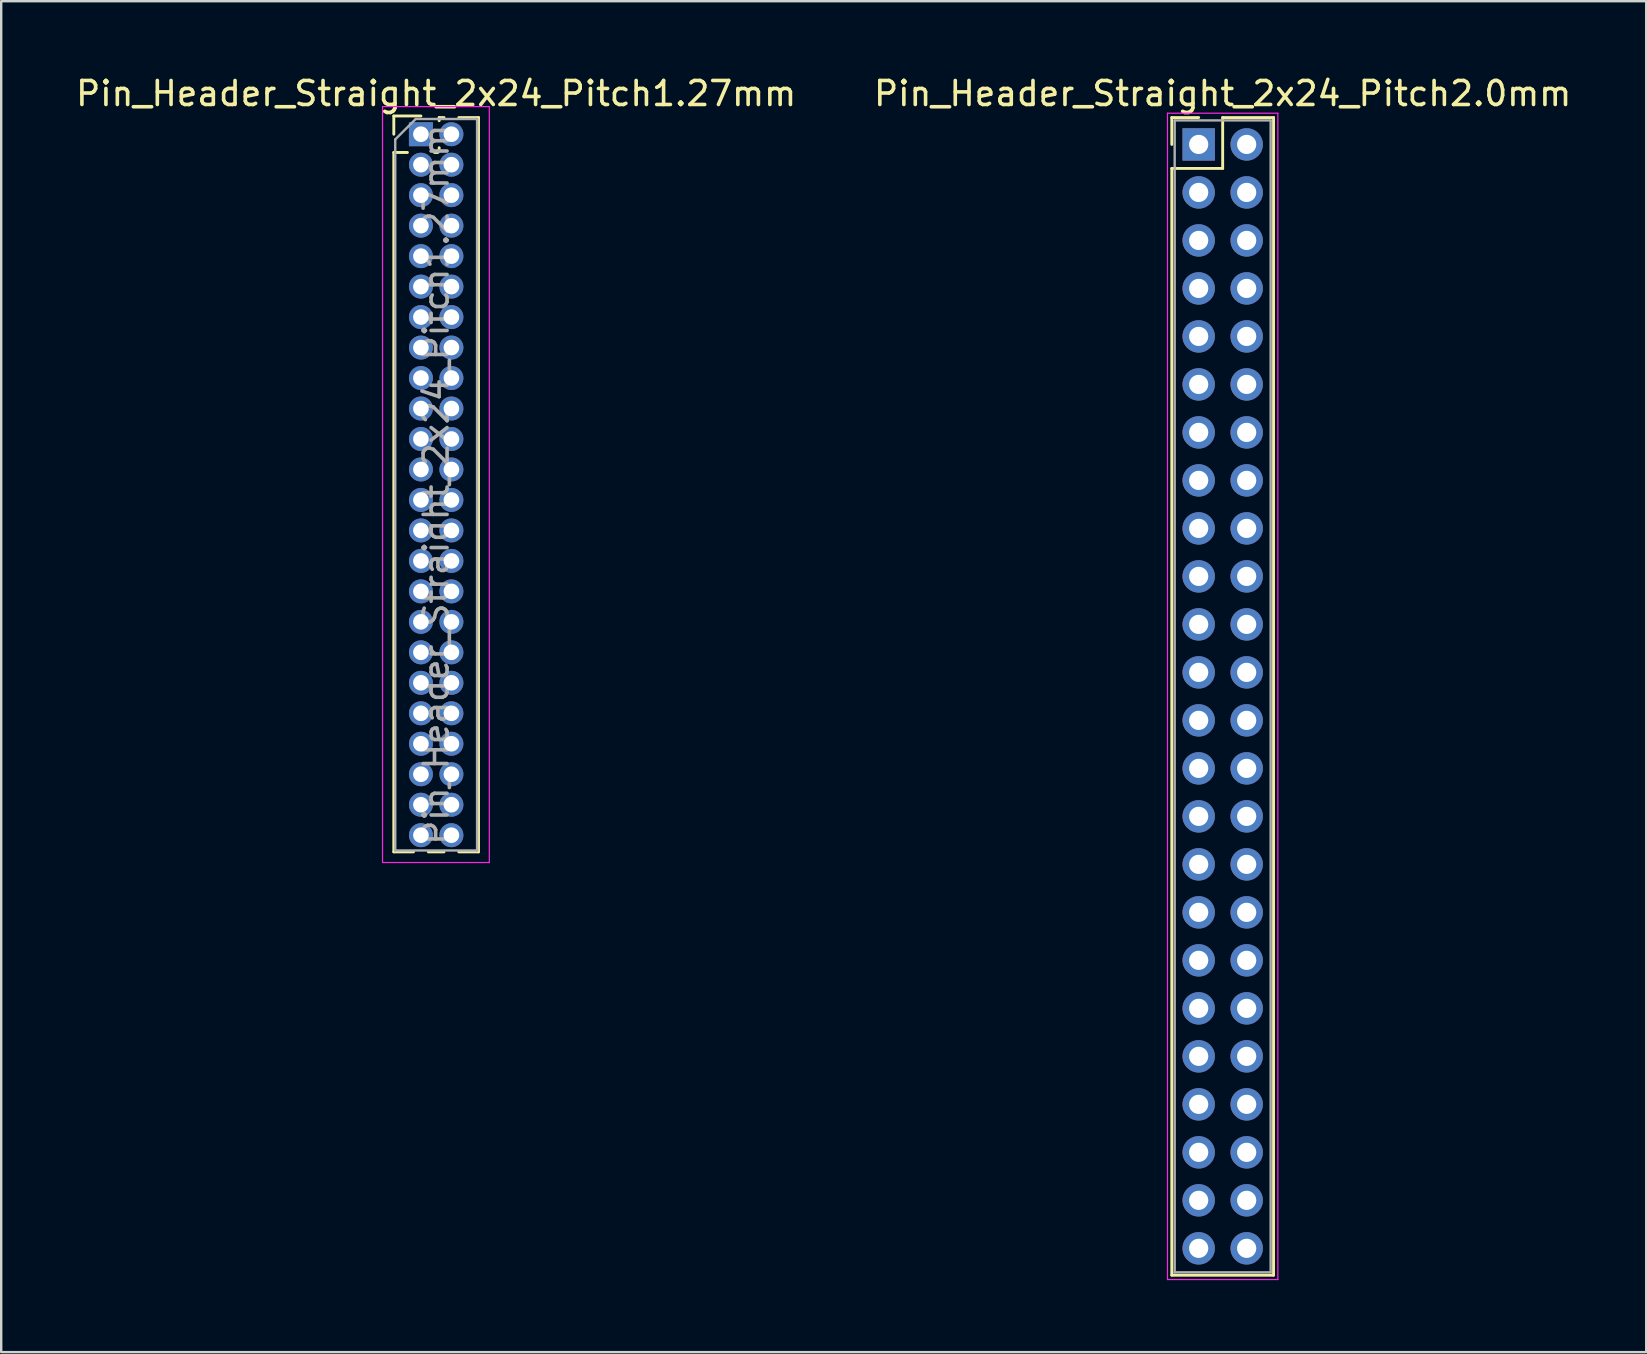
<source format=kicad_pcb>
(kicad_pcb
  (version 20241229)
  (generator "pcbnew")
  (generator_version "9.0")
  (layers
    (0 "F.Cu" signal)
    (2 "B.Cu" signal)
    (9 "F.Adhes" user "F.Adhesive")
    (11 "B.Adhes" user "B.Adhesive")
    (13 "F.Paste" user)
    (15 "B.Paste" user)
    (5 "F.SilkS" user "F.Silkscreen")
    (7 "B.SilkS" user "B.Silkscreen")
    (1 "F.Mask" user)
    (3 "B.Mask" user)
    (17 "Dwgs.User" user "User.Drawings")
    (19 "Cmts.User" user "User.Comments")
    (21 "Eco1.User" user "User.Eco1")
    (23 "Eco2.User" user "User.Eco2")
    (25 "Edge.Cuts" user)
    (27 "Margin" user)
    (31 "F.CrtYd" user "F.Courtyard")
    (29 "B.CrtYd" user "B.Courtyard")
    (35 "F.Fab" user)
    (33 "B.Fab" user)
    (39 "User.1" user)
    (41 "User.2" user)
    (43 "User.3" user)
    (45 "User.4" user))
  (footprint "Pin_Header_Straight_2x24_Pitch2.0mm"
    (layer "F.Cu")
    (at 46.899 2.968)
    (property "Reference" "Pin_Header_Straight_2x24_Pitch2.0mm" (at 1 -2.12 0) (layer "F.SilkS") (effects (font (size 1 1) (thickness 0.15))))
    (attr through_hole)
    (fp_line (start -1.12 -1.12) (end 0 -1.12) (stroke (width 0.12) (type solid)) (layer "F.SilkS"))
    (fp_line (start -1.12 0) (end -1.12 -1.12) (stroke (width 0.12) (type solid)) (layer "F.SilkS"))
    (fp_line (start -1.12 1) (end -1.12 47.12) (stroke (width 0.12) (type solid)) (layer "F.SilkS"))
    (fp_line (start -1.12 47.12) (end 3.12 47.12) (stroke (width 0.12) (type solid)) (layer "F.SilkS"))
    (fp_line (start 1 -1.12) (end 1 1) (stroke (width 0.12) (type solid)) (layer "F.SilkS"))
    (fp_line (start 1 1) (end -1.12 1) (stroke (width 0.12) (type solid)) (layer "F.SilkS"))
    (fp_line (start 3.12 -1.12) (end 1 -1.12) (stroke (width 0.12) (type solid)) (layer "F.SilkS"))
    (fp_line (start 3.12 47.12) (end 3.12 -1.12) (stroke (width 0.12) (type solid)) (layer "F.SilkS"))
    (fp_line (start -1.3 -1.3) (end -1.3 47.3) (stroke (width 0.05) (type solid)) (layer "F.CrtYd"))
    (fp_line (start -1.3 47.3) (end 3.3 47.3) (stroke (width 0.05) (type solid)) (layer "F.CrtYd"))
    (fp_line (start 3.3 -1.3) (end -1.3 -1.3) (stroke (width 0.05) (type solid)) (layer "F.CrtYd"))
    (fp_line (start 3.3 47.3) (end 3.3 -1.3) (stroke (width 0.05) (type solid)) (layer "F.CrtYd"))
    (fp_line (start -1 -1) (end -1 47) (stroke (width 0.1) (type solid)) (layer "F.Fab"))
    (fp_line (start -1 47) (end 3 47) (stroke (width 0.1) (type solid)) (layer "F.Fab"))
    (fp_line (start 3 -1) (end -1 -1) (stroke (width 0.1) (type solid)) (layer "F.Fab"))
    (fp_line (start 3 47) (end 3 -1) (stroke (width 0.1) (type solid)) (layer "F.Fab"))
    (pad "1" thru_hole rect (at 0 0) (size 1.35 1.35) (drill 0.8) (layers "*.Cu" "*.Mask"))
    (pad "2" thru_hole oval (at 2 0) (size 1.35 1.35) (drill 0.8) (layers "*.Cu" "*.Mask"))
    (pad "3" thru_hole oval (at 0 2) (size 1.35 1.35) (drill 0.8) (layers "*.Cu" "*.Mask"))
    (pad "4" thru_hole oval (at 2 2) (size 1.35 1.35) (drill 0.8) (layers "*.Cu" "*.Mask"))
    (pad "5" thru_hole oval (at 0 4) (size 1.35 1.35) (drill 0.8) (layers "*.Cu" "*.Mask"))
    (pad "6" thru_hole oval (at 2 4) (size 1.35 1.35) (drill 0.8) (layers "*.Cu" "*.Mask"))
    (pad "7" thru_hole oval (at 0 6) (size 1.35 1.35) (drill 0.8) (layers "*.Cu" "*.Mask"))
    (pad "8" thru_hole oval (at 2 6) (size 1.35 1.35) (drill 0.8) (layers "*.Cu" "*.Mask"))
    (pad "9" thru_hole oval (at 0 8) (size 1.35 1.35) (drill 0.8) (layers "*.Cu" "*.Mask"))
    (pad "10" thru_hole oval (at 2 8) (size 1.35 1.35) (drill 0.8) (layers "*.Cu" "*.Mask"))
    (pad "11" thru_hole oval (at 0 10) (size 1.35 1.35) (drill 0.8) (layers "*.Cu" "*.Mask"))
    (pad "12" thru_hole oval (at 2 10) (size 1.35 1.35) (drill 0.8) (layers "*.Cu" "*.Mask"))
    (pad "13" thru_hole oval (at 0 12) (size 1.35 1.35) (drill 0.8) (layers "*.Cu" "*.Mask"))
    (pad "14" thru_hole oval (at 2 12) (size 1.35 1.35) (drill 0.8) (layers "*.Cu" "*.Mask"))
    (pad "15" thru_hole oval (at 0 14) (size 1.35 1.35) (drill 0.8) (layers "*.Cu" "*.Mask"))
    (pad "16" thru_hole oval (at 2 14) (size 1.35 1.35) (drill 0.8) (layers "*.Cu" "*.Mask"))
    (pad "17" thru_hole oval (at 0 16) (size 1.35 1.35) (drill 0.8) (layers "*.Cu" "*.Mask"))
    (pad "18" thru_hole oval (at 2 16) (size 1.35 1.35) (drill 0.8) (layers "*.Cu" "*.Mask"))
    (pad "19" thru_hole oval (at 0 18) (size 1.35 1.35) (drill 0.8) (layers "*.Cu" "*.Mask"))
    (pad "20" thru_hole oval (at 2 18) (size 1.35 1.35) (drill 0.8) (layers "*.Cu" "*.Mask"))
    (pad "21" thru_hole oval (at 0 20) (size 1.35 1.35) (drill 0.8) (layers "*.Cu" "*.Mask"))
    (pad "22" thru_hole oval (at 2 20) (size 1.35 1.35) (drill 0.8) (layers "*.Cu" "*.Mask"))
    (pad "23" thru_hole oval (at 0 22) (size 1.35 1.35) (drill 0.8) (layers "*.Cu" "*.Mask"))
    (pad "24" thru_hole oval (at 2 22) (size 1.35 1.35) (drill 0.8) (layers "*.Cu" "*.Mask"))
    (pad "25" thru_hole oval (at 0 24) (size 1.35 1.35) (drill 0.8) (layers "*.Cu" "*.Mask"))
    (pad "26" thru_hole oval (at 2 24) (size 1.35 1.35) (drill 0.8) (layers "*.Cu" "*.Mask"))
    (pad "27" thru_hole oval (at 0 26) (size 1.35 1.35) (drill 0.8) (layers "*.Cu" "*.Mask"))
    (pad "28" thru_hole oval (at 2 26) (size 1.35 1.35) (drill 0.8) (layers "*.Cu" "*.Mask"))
    (pad "29" thru_hole oval (at 0 28) (size 1.35 1.35) (drill 0.8) (layers "*.Cu" "*.Mask"))
    (pad "30" thru_hole oval (at 2 28) (size 1.35 1.35) (drill 0.8) (layers "*.Cu" "*.Mask"))
    (pad "31" thru_hole oval (at 0 30) (size 1.35 1.35) (drill 0.8) (layers "*.Cu" "*.Mask"))
    (pad "32" thru_hole oval (at 2 30) (size 1.35 1.35) (drill 0.8) (layers "*.Cu" "*.Mask"))
    (pad "33" thru_hole oval (at 0 32) (size 1.35 1.35) (drill 0.8) (layers "*.Cu" "*.Mask"))
    (pad "34" thru_hole oval (at 2 32) (size 1.35 1.35) (drill 0.8) (layers "*.Cu" "*.Mask"))
    (pad "35" thru_hole oval (at 0 34) (size 1.35 1.35) (drill 0.8) (layers "*.Cu" "*.Mask"))
    (pad "36" thru_hole oval (at 2 34) (size 1.35 1.35) (drill 0.8) (layers "*.Cu" "*.Mask"))
    (pad "37" thru_hole oval (at 0 36) (size 1.35 1.35) (drill 0.8) (layers "*.Cu" "*.Mask"))
    (pad "38" thru_hole oval (at 2 36) (size 1.35 1.35) (drill 0.8) (layers "*.Cu" "*.Mask"))
    (pad "39" thru_hole oval (at 0 38) (size 1.35 1.35) (drill 0.8) (layers "*.Cu" "*.Mask"))
    (pad "40" thru_hole oval (at 2 38) (size 1.35 1.35) (drill 0.8) (layers "*.Cu" "*.Mask"))
    (pad "41" thru_hole oval (at 0 40) (size 1.35 1.35) (drill 0.8) (layers "*.Cu" "*.Mask"))
    (pad "42" thru_hole oval (at 2 40) (size 1.35 1.35) (drill 0.8) (layers "*.Cu" "*.Mask"))
    (pad "43" thru_hole oval (at 0 42) (size 1.35 1.35) (drill 0.8) (layers "*.Cu" "*.Mask"))
    (pad "44" thru_hole oval (at 2 42) (size 1.35 1.35) (drill 0.8) (layers "*.Cu" "*.Mask"))
    (pad "45" thru_hole oval (at 0 44) (size 1.35 1.35) (drill 0.8) (layers "*.Cu" "*.Mask"))
    (pad "46" thru_hole oval (at 2 44) (size 1.35 1.35) (drill 0.8) (layers "*.Cu" "*.Mask"))
    (pad "47" thru_hole oval (at 0 46) (size 1.35 1.35) (drill 0.8) (layers "*.Cu" "*.Mask"))
    (pad "48" thru_hole oval (at 2 46) (size 1.35 1.35) (drill 0.8) (layers "*.Cu" "*.Mask")))
  (footprint "Pin_Header_Straight_2x24_Pitch1.27mm"
    (layer "F.Cu")
    (at 14.49 2.543)
    (property "Reference" "Pin_Header_Straight_2x24_Pitch1.27mm" (at 0.635 -1.695 0) (layer "F.SilkS") (effects (font (size 1 1) (thickness 0.15))))
    (attr through_hole)
    (fp_line (start -1.13 -0.76) (end 0 -0.76) (stroke (width 0.12) (type solid)) (layer "F.SilkS"))
    (fp_line (start -1.13 0) (end -1.13 -0.76) (stroke (width 0.12) (type solid)) (layer "F.SilkS"))
    (fp_line (start -1.13 0.76) (end -1.13 29.905) (stroke (width 0.12) (type solid)) (layer "F.SilkS"))
    (fp_line (start -1.13 0.76) (end -0.563 0.76) (stroke (width 0.12) (type solid)) (layer "F.SilkS"))
    (fp_line (start -1.13 29.905) (end -0.308 29.905) (stroke (width 0.12) (type solid)) (layer "F.SilkS"))
    (fp_line (start 0.308 29.905) (end 0.962 29.905) (stroke (width 0.12) (type solid)) (layer "F.SilkS"))
    (fp_line (start 0.563 0.76) (end 0.707 0.76) (stroke (width 0.12) (type solid)) (layer "F.SilkS"))
    (fp_line (start 0.76 -0.695) (end 0.962 -0.695) (stroke (width 0.12) (type solid)) (layer "F.SilkS"))
    (fp_line (start 0.76 -0.563) (end 0.76 -0.695) (stroke (width 0.12) (type solid)) (layer "F.SilkS"))
    (fp_line (start 0.76 0.707) (end 0.76 0.563) (stroke (width 0.12) (type solid)) (layer "F.SilkS"))
    (fp_line (start 1.578 -0.695) (end 2.4 -0.695) (stroke (width 0.12) (type solid)) (layer "F.SilkS"))
    (fp_line (start 1.578 29.905) (end 2.4 29.905) (stroke (width 0.12) (type solid)) (layer "F.SilkS"))
    (fp_line (start 2.4 -0.695) (end 2.4 29.905) (stroke (width 0.12) (type solid)) (layer "F.SilkS"))
    (fp_line (start -1.6 -1.15) (end -1.6 30.35) (stroke (width 0.05) (type solid)) (layer "F.CrtYd"))
    (fp_line (start -1.6 30.35) (end 2.85 30.35) (stroke (width 0.05) (type solid)) (layer "F.CrtYd"))
    (fp_line (start 2.85 -1.15) (end -1.6 -1.15) (stroke (width 0.05) (type solid)) (layer "F.CrtYd"))
    (fp_line (start 2.85 30.35) (end 2.85 -1.15) (stroke (width 0.05) (type solid)) (layer "F.CrtYd"))
    (fp_line (start -1.07 0.217) (end -0.217 -0.635) (stroke (width 0.1) (type solid)) (layer "F.Fab"))
    (fp_line (start -1.07 29.845) (end -1.07 0.217) (stroke (width 0.1) (type solid)) (layer "F.Fab"))
    (fp_line (start -0.217 -0.635) (end 2.34 -0.635) (stroke (width 0.1) (type solid)) (layer "F.Fab"))
    (fp_line (start 2.34 -0.635) (end 2.34 29.845) (stroke (width 0.1) (type solid)) (layer "F.Fab"))
    (fp_line (start 2.34 29.845) (end -1.07 29.845) (stroke (width 0.1) (type solid)) (layer "F.Fab"))
    (fp_text user "${REFERENCE}" (at 0.635 14.605 90) (layer "F.Fab") (effects (font (size 1 1) (thickness 0.15))))
    (pad "1" thru_hole rect (at 0 0) (size 1 1) (drill 0.65) (layers "*.Cu" "*.Mask"))
    (pad "2" thru_hole oval (at 1.27 0) (size 1 1) (drill 0.65) (layers "*.Cu" "*.Mask"))
    (pad "3" thru_hole oval (at 0 1.27) (size 1 1) (drill 0.65) (layers "*.Cu" "*.Mask"))
    (pad "4" thru_hole oval (at 1.27 1.27) (size 1 1) (drill 0.65) (layers "*.Cu" "*.Mask"))
    (pad "5" thru_hole oval (at 0 2.54) (size 1 1) (drill 0.65) (layers "*.Cu" "*.Mask"))
    (pad "6" thru_hole oval (at 1.27 2.54) (size 1 1) (drill 0.65) (layers "*.Cu" "*.Mask"))
    (pad "7" thru_hole oval (at 0 3.81) (size 1 1) (drill 0.65) (layers "*.Cu" "*.Mask"))
    (pad "8" thru_hole oval (at 1.27 3.81) (size 1 1) (drill 0.65) (layers "*.Cu" "*.Mask"))
    (pad "9" thru_hole oval (at 0 5.08) (size 1 1) (drill 0.65) (layers "*.Cu" "*.Mask"))
    (pad "10" thru_hole oval (at 1.27 5.08) (size 1 1) (drill 0.65) (layers "*.Cu" "*.Mask"))
    (pad "11" thru_hole oval (at 0 6.35) (size 1 1) (drill 0.65) (layers "*.Cu" "*.Mask"))
    (pad "12" thru_hole oval (at 1.27 6.35) (size 1 1) (drill 0.65) (layers "*.Cu" "*.Mask"))
    (pad "13" thru_hole oval (at 0 7.62) (size 1 1) (drill 0.65) (layers "*.Cu" "*.Mask"))
    (pad "14" thru_hole oval (at 1.27 7.62) (size 1 1) (drill 0.65) (layers "*.Cu" "*.Mask"))
    (pad "15" thru_hole oval (at 0 8.89) (size 1 1) (drill 0.65) (layers "*.Cu" "*.Mask"))
    (pad "16" thru_hole oval (at 1.27 8.89) (size 1 1) (drill 0.65) (layers "*.Cu" "*.Mask"))
    (pad "17" thru_hole oval (at 0 10.16) (size 1 1) (drill 0.65) (layers "*.Cu" "*.Mask"))
    (pad "18" thru_hole oval (at 1.27 10.16) (size 1 1) (drill 0.65) (layers "*.Cu" "*.Mask"))
    (pad "19" thru_hole oval (at 0 11.43) (size 1 1) (drill 0.65) (layers "*.Cu" "*.Mask"))
    (pad "20" thru_hole oval (at 1.27 11.43) (size 1 1) (drill 0.65) (layers "*.Cu" "*.Mask"))
    (pad "21" thru_hole oval (at 0 12.7) (size 1 1) (drill 0.65) (layers "*.Cu" "*.Mask"))
    (pad "22" thru_hole oval (at 1.27 12.7) (size 1 1) (drill 0.65) (layers "*.Cu" "*.Mask"))
    (pad "23" thru_hole oval (at 0 13.97) (size 1 1) (drill 0.65) (layers "*.Cu" "*.Mask"))
    (pad "24" thru_hole oval (at 1.27 13.97) (size 1 1) (drill 0.65) (layers "*.Cu" "*.Mask"))
    (pad "25" thru_hole oval (at 0 15.24) (size 1 1) (drill 0.65) (layers "*.Cu" "*.Mask"))
    (pad "26" thru_hole oval (at 1.27 15.24) (size 1 1) (drill 0.65) (layers "*.Cu" "*.Mask"))
    (pad "27" thru_hole oval (at 0 16.51) (size 1 1) (drill 0.65) (layers "*.Cu" "*.Mask"))
    (pad "28" thru_hole oval (at 1.27 16.51) (size 1 1) (drill 0.65) (layers "*.Cu" "*.Mask"))
    (pad "29" thru_hole oval (at 0 17.78) (size 1 1) (drill 0.65) (layers "*.Cu" "*.Mask"))
    (pad "30" thru_hole oval (at 1.27 17.78) (size 1 1) (drill 0.65) (layers "*.Cu" "*.Mask"))
    (pad "31" thru_hole oval (at 0 19.05) (size 1 1) (drill 0.65) (layers "*.Cu" "*.Mask"))
    (pad "32" thru_hole oval (at 1.27 19.05) (size 1 1) (drill 0.65) (layers "*.Cu" "*.Mask"))
    (pad "33" thru_hole oval (at 0 20.32) (size 1 1) (drill 0.65) (layers "*.Cu" "*.Mask"))
    (pad "34" thru_hole oval (at 1.27 20.32) (size 1 1) (drill 0.65) (layers "*.Cu" "*.Mask"))
    (pad "35" thru_hole oval (at 0 21.59) (size 1 1) (drill 0.65) (layers "*.Cu" "*.Mask"))
    (pad "36" thru_hole oval (at 1.27 21.59) (size 1 1) (drill 0.65) (layers "*.Cu" "*.Mask"))
    (pad "37" thru_hole oval (at 0 22.86) (size 1 1) (drill 0.65) (layers "*.Cu" "*.Mask"))
    (pad "38" thru_hole oval (at 1.27 22.86) (size 1 1) (drill 0.65) (layers "*.Cu" "*.Mask"))
    (pad "39" thru_hole oval (at 0 24.13) (size 1 1) (drill 0.65) (layers "*.Cu" "*.Mask"))
    (pad "40" thru_hole oval (at 1.27 24.13) (size 1 1) (drill 0.65) (layers "*.Cu" "*.Mask"))
    (pad "41" thru_hole oval (at 0 25.4) (size 1 1) (drill 0.65) (layers "*.Cu" "*.Mask"))
    (pad "42" thru_hole oval (at 1.27 25.4) (size 1 1) (drill 0.65) (layers "*.Cu" "*.Mask"))
    (pad "43" thru_hole oval (at 0 26.67) (size 1 1) (drill 0.65) (layers "*.Cu" "*.Mask"))
    (pad "44" thru_hole oval (at 1.27 26.67) (size 1 1) (drill 0.65) (layers "*.Cu" "*.Mask"))
    (pad "45" thru_hole oval (at 0 27.94) (size 1 1) (drill 0.65) (layers "*.Cu" "*.Mask"))
    (pad "46" thru_hole oval (at 1.27 27.94) (size 1 1) (drill 0.65) (layers "*.Cu" "*.Mask"))
    (pad "47" thru_hole oval (at 0 29.21) (size 1 1) (drill 0.65) (layers "*.Cu" "*.Mask"))
    (pad "48" thru_hole oval (at 1.27 29.21) (size 1 1) (drill 0.65) (layers "*.Cu" "*.Mask")))
  (gr_rect
    (start -3 -3)
    (end 65.548 53.293)
    (stroke (width 0.1) (type default))
    (fill no)
    (layer "Edge.Cuts")))
</source>
